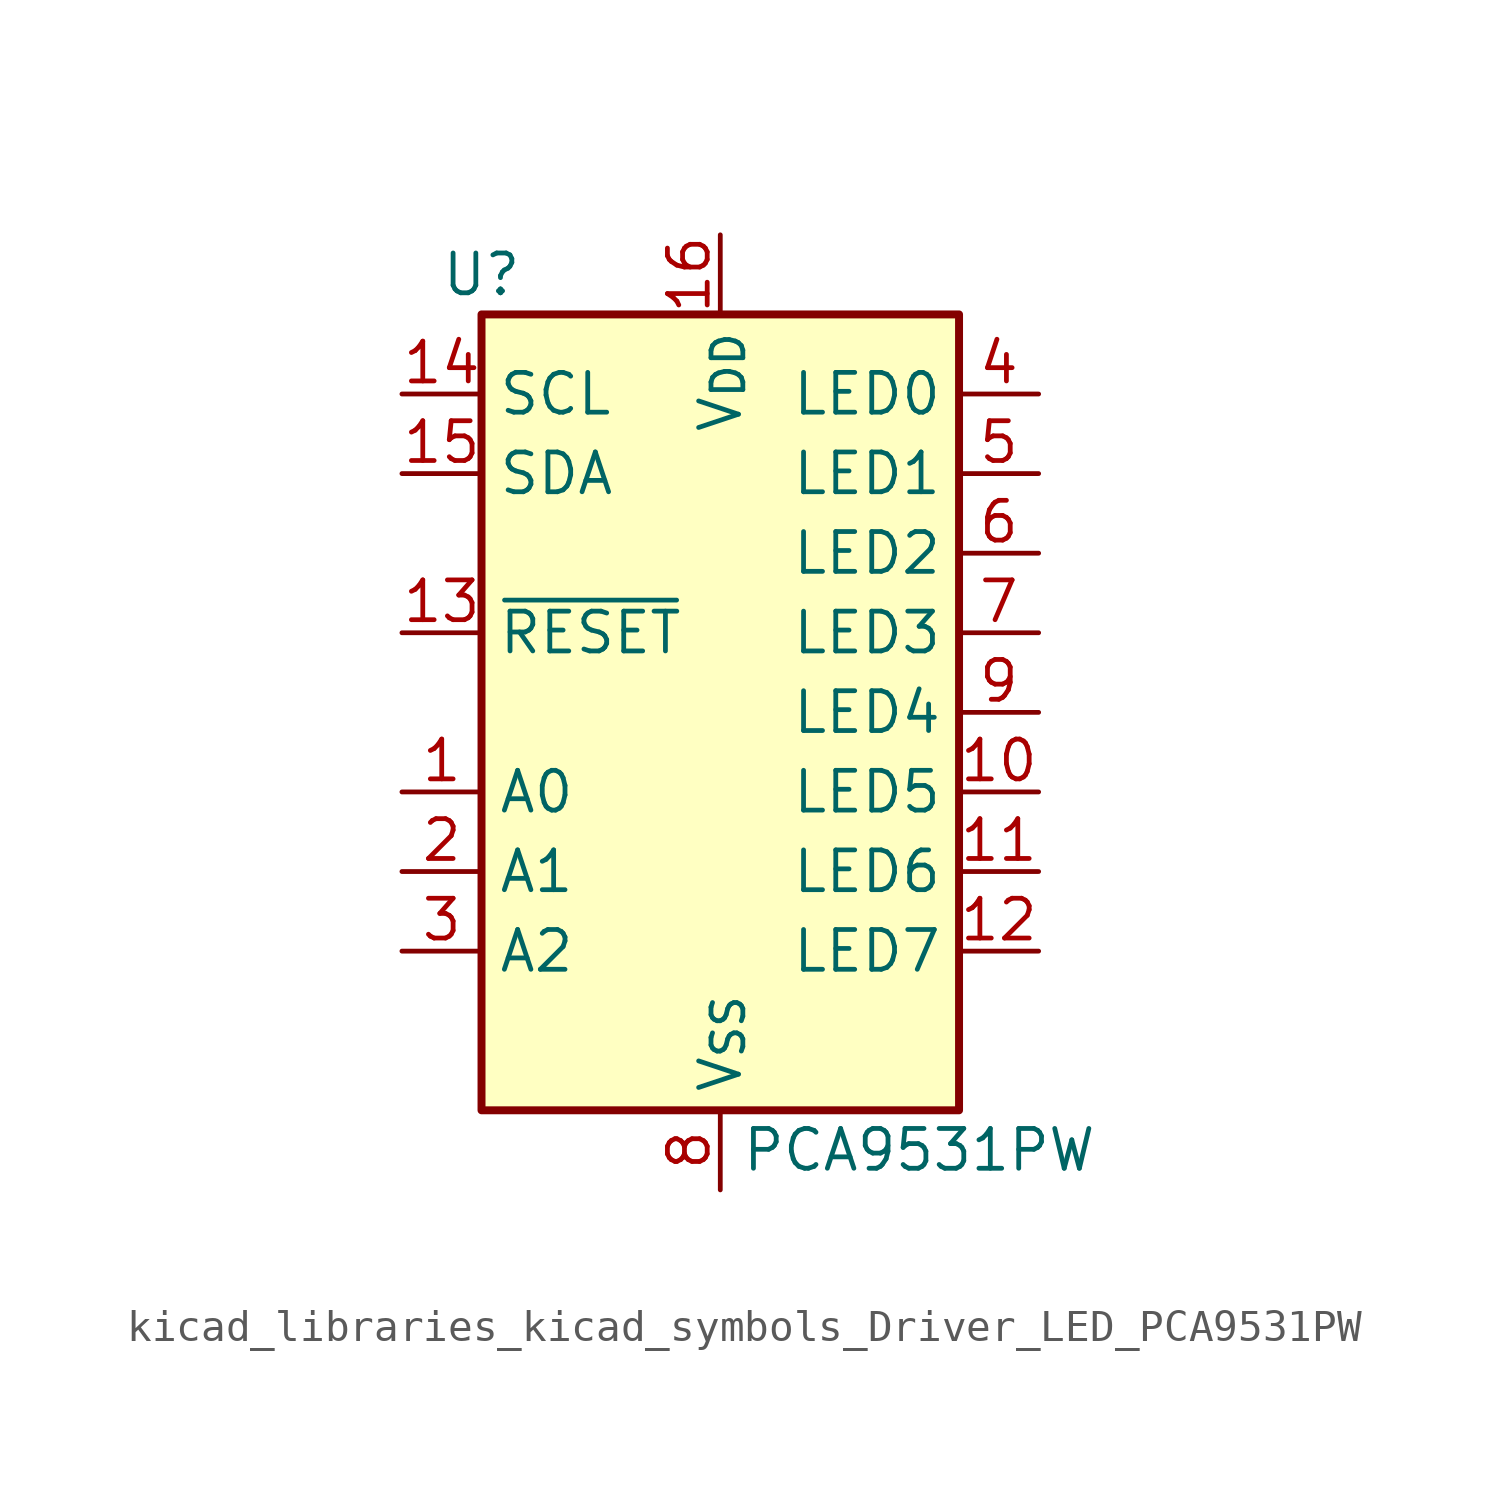
<source format=kicad_sym>
(kicad_symbol_lib
  (version 20220914)
  (generator kicad_symbol_editor)
  (symbol "kicad_libraries_kicad_symbols_Driver_LED_PCA9531PW"
    (property "Reference" "U"
      (at -7.62 13.97 0)
      (effects (font (size 1.27 1.27))))
    (property "Value" "PCA9531PW"
      (at 6.35 -13.97 0)
      (effects (font (size 1.27 1.27))))
    (symbol "kicad_libraries_kicad_symbols_Driver_LED_PCA9531PW_0_1"
      (rectangle (start -7.62 12.7) (end 7.62 -12.7) (stroke (width 0.254) (type default)) (fill (type background))))
    (symbol "kicad_libraries_kicad_symbols_Driver_LED_PCA9531PW_1_1"
      (pin input line (at -10.16 -2.54 0) (length 2.54) (name "A0" (effects (font (size 1.27 1.27)))) (number "1" (effects (font (size 1.27 1.27)))))
      (pin open_collector line (at 10.16 -2.54 180) (length 2.54) (name "LED5" (effects (font (size 1.27 1.27)))) (number "10" (effects (font (size 1.27 1.27)))))
      (pin open_collector line (at 10.16 -5.08 180) (length 2.54) (name "LED6" (effects (font (size 1.27 1.27)))) (number "11" (effects (font (size 1.27 1.27)))))
      (pin open_collector line (at 10.16 -7.62 180) (length 2.54) (name "LED7" (effects (font (size 1.27 1.27)))) (number "12" (effects (font (size 1.27 1.27)))))
      (pin input line (at -10.16 2.54 0) (length 2.54) (name "~{RESET}" (effects (font (size 1.27 1.27)))) (number "13" (effects (font (size 1.27 1.27)))))
      (pin input line (at -10.16 10.16 0) (length 2.54) (name "SCL" (effects (font (size 1.27 1.27)))) (number "14" (effects (font (size 1.27 1.27)))))
      (pin bidirectional line (at -10.16 7.62 0) (length 2.54) (name "SDA" (effects (font (size 1.27 1.27)))) (number "15" (effects (font (size 1.27 1.27)))))
      (pin power_in line (at 0 15.24 270) (length 2.54) (name "V_{DD}" (effects (font (size 1.27 1.27)))) (number "16" (effects (font (size 1.27 1.27)))))
      (pin input line (at -10.16 -5.08 0) (length 2.54) (name "A1" (effects (font (size 1.27 1.27)))) (number "2" (effects (font (size 1.27 1.27)))))
      (pin input line (at -10.16 -7.62 0) (length 2.54) (name "A2" (effects (font (size 1.27 1.27)))) (number "3" (effects (font (size 1.27 1.27)))))
      (pin open_collector line (at 10.16 10.16 180) (length 2.54) (name "LED0" (effects (font (size 1.27 1.27)))) (number "4" (effects (font (size 1.27 1.27)))))
      (pin open_collector line (at 10.16 7.62 180) (length 2.54) (name "LED1" (effects (font (size 1.27 1.27)))) (number "5" (effects (font (size 1.27 1.27)))))
      (pin open_collector line (at 10.16 5.08 180) (length 2.54) (name "LED2" (effects (font (size 1.27 1.27)))) (number "6" (effects (font (size 1.27 1.27)))))
      (pin open_collector line (at 10.16 2.54 180) (length 2.54) (name "LED3" (effects (font (size 1.27 1.27)))) (number "7" (effects (font (size 1.27 1.27)))))
      (pin power_in line (at 0 -15.24 90) (length 2.54) (name "V_{SS}" (effects (font (size 1.27 1.27)))) (number "8" (effects (font (size 1.27 1.27)))))
      (pin open_collector line (at 10.16 0 180) (length 2.54) (name "LED4" (effects (font (size 1.27 1.27)))) (number "9" (effects (font (size 1.27 1.27))))))))
</source>
